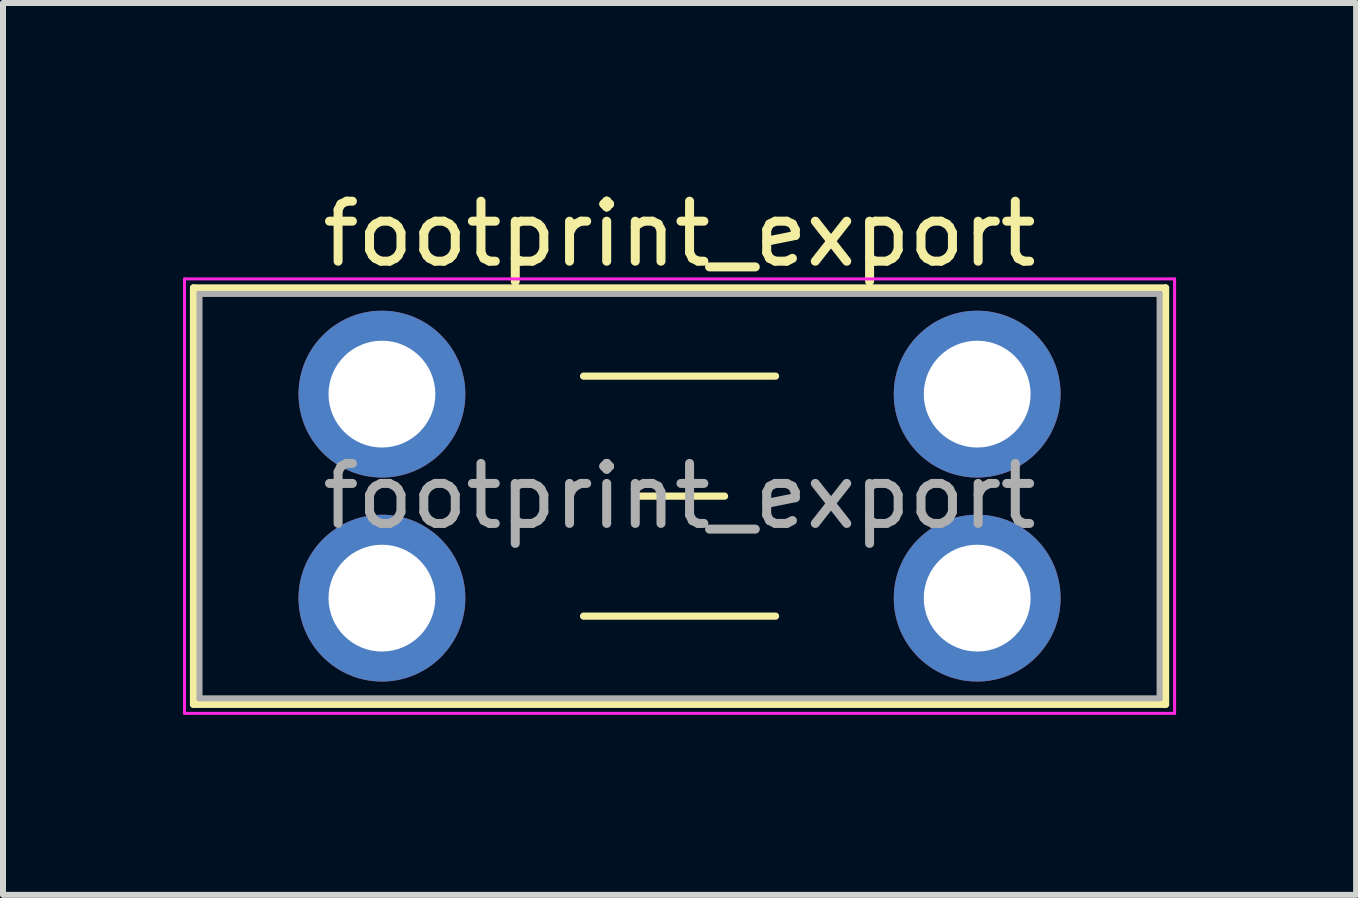
<source format=kicad_pcb>
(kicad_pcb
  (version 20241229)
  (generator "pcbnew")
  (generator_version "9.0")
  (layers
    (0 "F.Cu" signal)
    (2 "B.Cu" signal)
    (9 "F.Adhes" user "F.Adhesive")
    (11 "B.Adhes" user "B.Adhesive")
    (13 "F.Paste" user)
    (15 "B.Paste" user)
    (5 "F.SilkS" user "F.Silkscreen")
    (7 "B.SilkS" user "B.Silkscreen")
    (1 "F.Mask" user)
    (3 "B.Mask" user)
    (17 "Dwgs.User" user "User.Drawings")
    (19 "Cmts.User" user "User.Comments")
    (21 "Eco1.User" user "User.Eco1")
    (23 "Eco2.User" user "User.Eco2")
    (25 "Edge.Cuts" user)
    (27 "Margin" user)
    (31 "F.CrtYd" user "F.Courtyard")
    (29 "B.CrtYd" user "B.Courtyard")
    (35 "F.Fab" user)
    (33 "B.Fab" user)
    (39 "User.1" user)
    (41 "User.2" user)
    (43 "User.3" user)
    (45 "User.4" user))
  (footprint "footprint_export"
    (layer "F.Cu")
    (at 3.315 3.518)
    (property "Reference" "footprint_export" (at 4.96 -2.67 0) (layer "F.SilkS") (effects (font (size 1 1) (thickness 0.15))))
    (attr through_hole)
    (fp_line (start -3.14 -1.77) (end -3.14 5.17) (stroke (width 0.12) (type solid)) (layer "F.SilkS"))
    (fp_line (start -3.14 5.17) (end 13.06 5.17) (stroke (width 0.12) (type solid)) (layer "F.SilkS"))
    (fp_line (start 3.36 -0.3) (end 6.56 -0.3) (stroke (width 0.12) (type solid)) (layer "F.SilkS"))
    (fp_line (start 4.21 1.7) (end 5.71 1.7) (stroke (width 0.12) (type solid)) (layer "F.SilkS"))
    (fp_line (start 6.56 3.7) (end 3.36 3.7) (stroke (width 0.12) (type solid)) (layer "F.SilkS"))
    (fp_line (start 13.06 -1.77) (end -3.14 -1.77) (stroke (width 0.12) (type solid)) (layer "F.SilkS"))
    (fp_line (start 13.06 5.17) (end 13.06 -1.77) (stroke (width 0.12) (type solid)) (layer "F.SilkS"))
    (fp_line (start -3.29 -1.92) (end -3.29 5.32) (stroke (width 0.05) (type solid)) (layer "F.CrtYd"))
    (fp_line (start -3.29 5.32) (end 13.21 5.32) (stroke (width 0.05) (type solid)) (layer "F.CrtYd"))
    (fp_line (start 13.21 -1.92) (end -3.29 -1.92) (stroke (width 0.05) (type solid)) (layer "F.CrtYd"))
    (fp_line (start 13.21 5.32) (end 13.21 -1.92) (stroke (width 0.05) (type solid)) (layer "F.CrtYd"))
    (fp_line (start -3.04 -1.67) (end -3.04 5.07) (stroke (width 0.1) (type solid)) (layer "F.Fab"))
    (fp_line (start -3.04 5.07) (end 12.96 5.07) (stroke (width 0.1) (type solid)) (layer "F.Fab"))
    (fp_line (start 12.96 -1.67) (end -3.04 -1.67) (stroke (width 0.1) (type solid)) (layer "F.Fab"))
    (fp_line (start 12.96 5.07) (end 12.96 -1.67) (stroke (width 0.1) (type solid)) (layer "F.Fab"))
    (fp_text user "${REFERENCE}" (at 4.96 1.7 0) (layer "F.Fab") (effects (font (size 1 1) (thickness 0.15))))
    (pad "1" thru_hole circle (at 0 0) (size 2.78 2.78) (drill 1.78) (layers "*.Cu" "*.Mask"))
    (pad "1" thru_hole circle (at 0 3.4) (size 2.78 2.78) (drill 1.78) (layers "*.Cu" "*.Mask"))
    (pad "2" thru_hole circle (at 9.92 0) (size 2.78 2.78) (drill 1.78) (layers "*.Cu" "*.Mask"))
    (pad "2" thru_hole circle (at 9.92 3.4) (size 2.78 2.78) (drill 1.78) (layers "*.Cu" "*.Mask")))
  (gr_rect
    (start -3 -3)
    (end 19.55 11.863)
    (stroke (width 0.1) (type default))
    (fill no)
    (layer "Edge.Cuts")))
</source>
